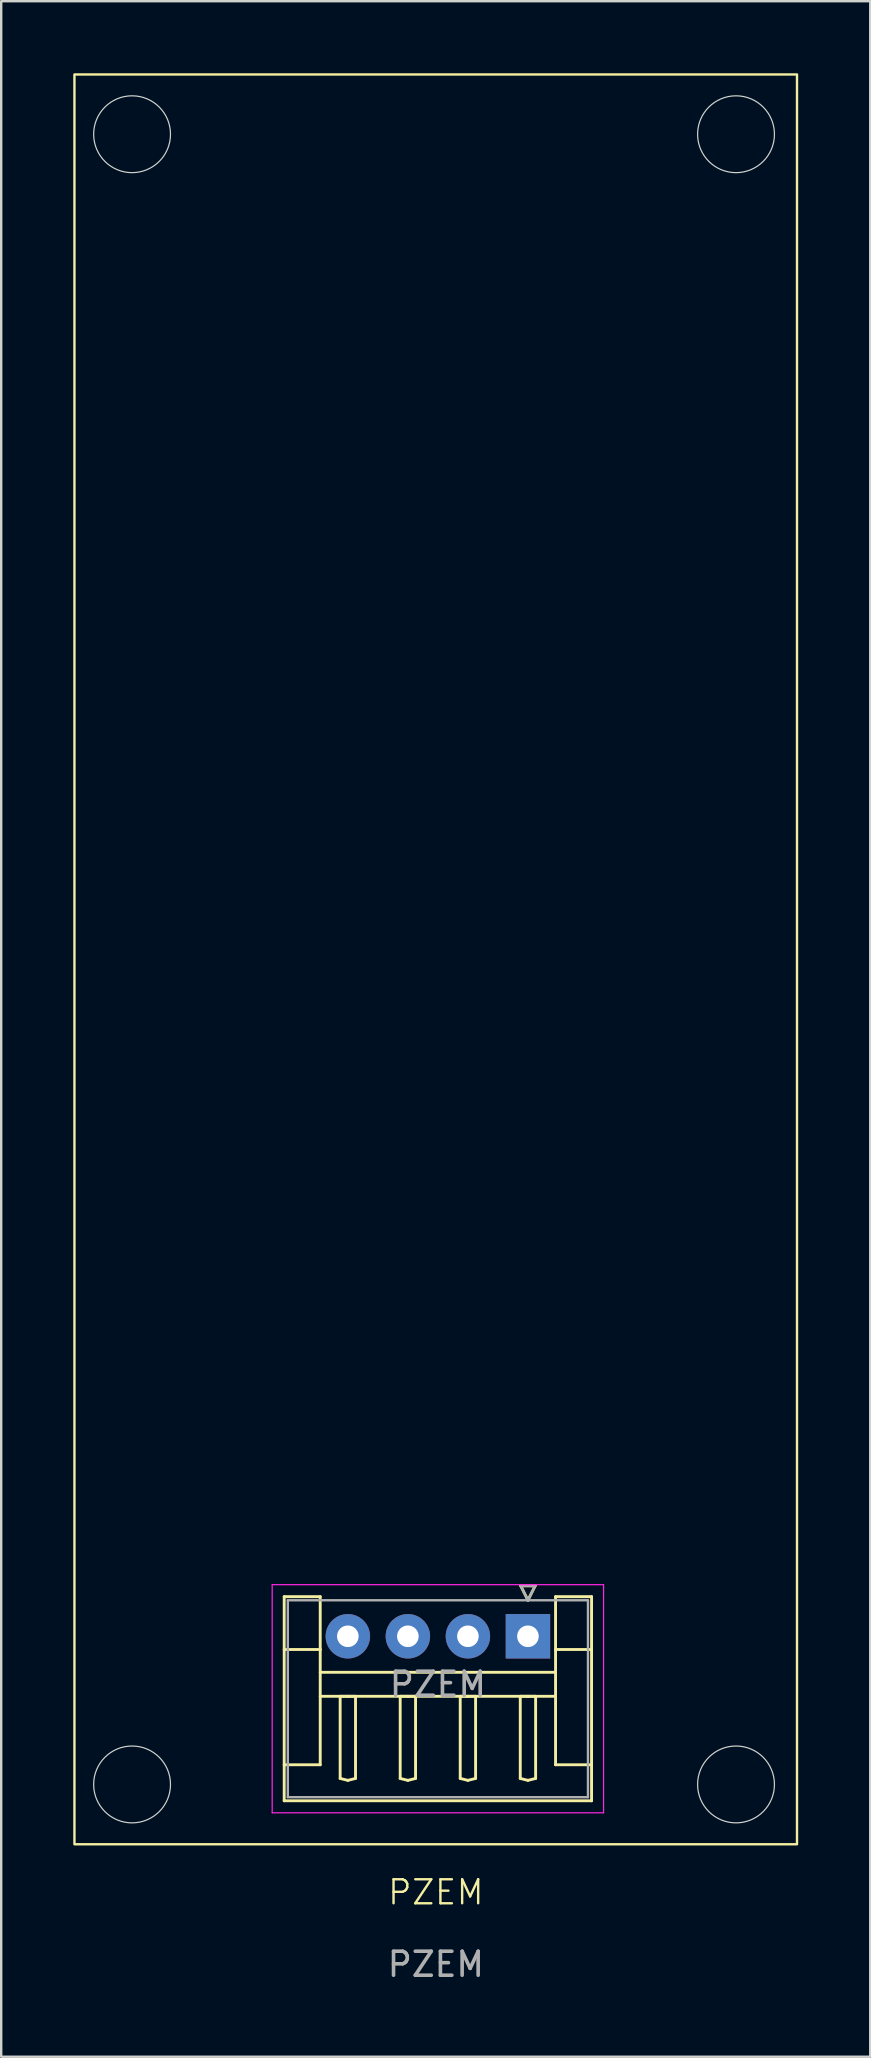
<source format=kicad_pcb>
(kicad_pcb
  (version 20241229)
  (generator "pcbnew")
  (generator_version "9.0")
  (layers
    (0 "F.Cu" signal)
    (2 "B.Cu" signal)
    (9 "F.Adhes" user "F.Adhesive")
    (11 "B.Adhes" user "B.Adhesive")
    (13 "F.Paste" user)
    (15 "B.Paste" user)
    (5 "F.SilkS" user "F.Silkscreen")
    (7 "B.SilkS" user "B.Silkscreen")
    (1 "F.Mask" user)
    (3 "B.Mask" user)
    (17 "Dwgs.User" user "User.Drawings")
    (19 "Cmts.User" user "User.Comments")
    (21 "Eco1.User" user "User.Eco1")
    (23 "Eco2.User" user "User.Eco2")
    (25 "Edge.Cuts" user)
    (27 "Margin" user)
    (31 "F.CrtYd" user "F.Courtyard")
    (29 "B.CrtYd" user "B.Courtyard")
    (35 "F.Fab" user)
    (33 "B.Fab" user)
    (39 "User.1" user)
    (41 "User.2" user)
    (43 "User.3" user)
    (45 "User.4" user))
  (footprint "PZEM"
    (layer "F.Cu")
    (at 15.1 76.25)
    (property "Reference" "PZEM" (at 0 -0.5 0) (unlocked yes) (layer "F.SilkS") (effects (font (size 1 1) (thickness 0.1))))
    (attr smd)
    (fp_line (start -6.315 -12.81) (end -4.815 -12.81) (stroke (width 0.12) (type solid)) (layer "F.SilkS"))
    (fp_line (start -6.315 -5.81) (end -4.815 -5.81) (stroke (width 0.12) (type solid)) (layer "F.SilkS"))
    (fp_line (start -6.315 -4.31) (end -6.315 -12.81) (stroke (width 0.12) (type solid)) (layer "F.SilkS"))
    (fp_line (start -4.815 -12.81) (end -4.815 -10.61) (stroke (width 0.12) (type solid)) (layer "F.SilkS"))
    (fp_line (start -4.815 -10.61) (end -6.315 -10.61) (stroke (width 0.12) (type solid)) (layer "F.SilkS"))
    (fp_line (start -4.815 -5.81) (end -4.815 -10.61) (stroke (width 0.12) (type solid)) (layer "F.SilkS"))
    (fp_line (start -3.985 -8.66) (end -3.665 -8.66) (stroke (width 0.12) (type solid)) (layer "F.SilkS"))
    (fp_line (start -3.985 -5.24) (end -3.985 -8.66) (stroke (width 0.12) (type solid)) (layer "F.SilkS"))
    (fp_line (start -3.665 -8.66) (end -3.345 -8.66) (stroke (width 0.12) (type solid)) (layer "F.SilkS"))
    (fp_line (start -3.665 -5.16) (end -3.985 -5.24) (stroke (width 0.12) (type solid)) (layer "F.SilkS"))
    (fp_line (start -3.345 -8.66) (end -3.345 -5.24) (stroke (width 0.12) (type solid)) (layer "F.SilkS"))
    (fp_line (start -3.345 -5.24) (end -3.665 -5.16) (stroke (width 0.12) (type solid)) (layer "F.SilkS"))
    (fp_line (start -1.485 -8.66) (end -1.165 -8.66) (stroke (width 0.12) (type solid)) (layer "F.SilkS"))
    (fp_line (start -1.485 -5.24) (end -1.485 -8.66) (stroke (width 0.12) (type solid)) (layer "F.SilkS"))
    (fp_line (start -1.165 -8.66) (end -0.845 -8.66) (stroke (width 0.12) (type solid)) (layer "F.SilkS"))
    (fp_line (start -1.165 -5.16) (end -1.485 -5.24) (stroke (width 0.12) (type solid)) (layer "F.SilkS"))
    (fp_line (start -0.845 -8.66) (end -0.845 -5.24) (stroke (width 0.12) (type solid)) (layer "F.SilkS"))
    (fp_line (start -0.845 -5.24) (end -1.165 -5.16) (stroke (width 0.12) (type solid)) (layer "F.SilkS"))
    (fp_line (start 1.015 -8.66) (end 1.335 -8.66) (stroke (width 0.12) (type solid)) (layer "F.SilkS"))
    (fp_line (start 1.015 -5.24) (end 1.015 -8.66) (stroke (width 0.12) (type solid)) (layer "F.SilkS"))
    (fp_line (start 1.335 -8.66) (end 1.655 -8.66) (stroke (width 0.12) (type solid)) (layer "F.SilkS"))
    (fp_line (start 1.335 -5.16) (end 1.015 -5.24) (stroke (width 0.12) (type solid)) (layer "F.SilkS"))
    (fp_line (start 1.655 -8.66) (end 1.655 -5.24) (stroke (width 0.12) (type solid)) (layer "F.SilkS"))
    (fp_line (start 1.655 -5.24) (end 1.335 -5.16) (stroke (width 0.12) (type solid)) (layer "F.SilkS"))
    (fp_line (start 3.515 -8.66) (end 3.835 -8.66) (stroke (width 0.12) (type solid)) (layer "F.SilkS"))
    (fp_line (start 3.515 -5.24) (end 3.515 -8.66) (stroke (width 0.12) (type solid)) (layer "F.SilkS"))
    (fp_line (start 3.535 -13.26) (end 3.835 -12.66) (stroke (width 0.12) (type solid)) (layer "F.SilkS"))
    (fp_line (start 3.835 -12.66) (end 4.135 -13.26) (stroke (width 0.12) (type solid)) (layer "F.SilkS"))
    (fp_line (start 3.835 -8.66) (end 4.155 -8.66) (stroke (width 0.12) (type solid)) (layer "F.SilkS"))
    (fp_line (start 3.835 -5.16) (end 3.515 -5.24) (stroke (width 0.12) (type solid)) (layer "F.SilkS"))
    (fp_line (start 4.135 -13.26) (end 3.535 -13.26) (stroke (width 0.12) (type solid)) (layer "F.SilkS"))
    (fp_line (start 4.155 -8.66) (end 4.155 -5.24) (stroke (width 0.12) (type solid)) (layer "F.SilkS"))
    (fp_line (start 4.155 -5.24) (end 3.835 -5.16) (stroke (width 0.12) (type solid)) (layer "F.SilkS"))
    (fp_line (start 4.985 -12.81) (end 6.485 -12.81) (stroke (width 0.12) (type solid)) (layer "F.SilkS"))
    (fp_line (start 4.985 -10.61) (end 4.985 -12.81) (stroke (width 0.12) (type solid)) (layer "F.SilkS"))
    (fp_line (start 4.985 -10.61) (end 6.485 -10.61) (stroke (width 0.12) (type solid)) (layer "F.SilkS"))
    (fp_line (start 4.985 -9.66) (end -4.815 -9.66) (stroke (width 0.12) (type solid)) (layer "F.SilkS"))
    (fp_line (start 4.985 -8.66) (end -4.815 -8.66) (stroke (width 0.12) (type solid)) (layer "F.SilkS"))
    (fp_line (start 4.985 -5.81) (end 4.985 -10.61) (stroke (width 0.12) (type solid)) (layer "F.SilkS"))
    (fp_line (start 6.485 -12.81) (end 6.485 -4.31) (stroke (width 0.12) (type solid)) (layer "F.SilkS"))
    (fp_line (start 6.485 -5.81) (end 4.985 -5.81) (stroke (width 0.12) (type solid)) (layer "F.SilkS"))
    (fp_line (start 6.485 -4.31) (end -6.315 -4.31) (stroke (width 0.12) (type solid)) (layer "F.SilkS"))
    (fp_rect (start -15.05 -76.2) (end 15.04 -2.5) (stroke (width 0.1) (type default)) (fill no) (layer "F.SilkS"))
    (fp_circle (center -12.65 -73.71) (end -11.05 -73.71) (stroke (width 0.05) (type default)) (fill no) (layer "Edge.Cuts"))
    (fp_circle (center -12.65 -4.99) (end -11.05 -4.99) (stroke (width 0.05) (type default)) (fill no) (layer "Edge.Cuts"))
    (fp_circle (center 12.5 -73.71) (end 14.1 -73.71) (stroke (width 0.05) (type default)) (fill no) (layer "Edge.Cuts"))
    (fp_circle (center 12.5 -4.99) (end 14.1 -4.99) (stroke (width 0.05) (type default)) (fill no) (layer "Edge.Cuts"))
    (fp_line (start -6.815 -13.31) (end -6.815 -3.81) (stroke (width 0.05) (type solid)) (layer "F.CrtYd"))
    (fp_line (start -6.815 -3.81) (end 6.985 -3.81) (stroke (width 0.05) (type solid)) (layer "F.CrtYd"))
    (fp_line (start 6.985 -13.31) (end -6.815 -13.31) (stroke (width 0.05) (type solid)) (layer "F.CrtYd"))
    (fp_line (start 6.985 -3.81) (end 6.985 -13.31) (stroke (width 0.05) (type solid)) (layer "F.CrtYd"))
    (fp_line (start -6.165 -12.66) (end -6.165 -4.46) (stroke (width 0.1) (type solid)) (layer "F.Fab"))
    (fp_line (start -6.165 -4.46) (end 6.335 -4.46) (stroke (width 0.1) (type solid)) (layer "F.Fab"))
    (fp_line (start 3.535 -13.26) (end 3.835 -12.66) (stroke (width 0.1) (type solid)) (layer "F.Fab"))
    (fp_line (start 3.835 -12.66) (end 4.135 -13.26) (stroke (width 0.1) (type solid)) (layer "F.Fab"))
    (fp_line (start 4.135 -13.26) (end 3.535 -13.26) (stroke (width 0.1) (type solid)) (layer "F.Fab"))
    (fp_line (start 6.335 -12.66) (end -6.165 -12.66) (stroke (width 0.1) (type solid)) (layer "F.Fab"))
    (fp_line (start 6.335 -4.46) (end 6.335 -12.66) (stroke (width 0.1) (type solid)) (layer "F.Fab"))
    (fp_text user "${REFERENCE}" (at 0 2.5 0) (unlocked yes) (layer "F.Fab") (effects (font (size 1 1) (thickness 0.15))))
    (fp_text user "${REFERENCE}" (at 0.085 -9.16 180) (layer "F.Fab") (effects (font (size 1 1) (thickness 0.15))))
    (pad "1" thru_hole rect (at 3.835 -11.16 180) (size 1.85 1.85) (drill 0.9) (layers "*.Cu" "*.Mask"))
    (pad "2" thru_hole circle (at 1.335 -11.16 180) (size 1.85 1.85) (drill 0.9) (layers "*.Cu" "*.Mask"))
    (pad "3" thru_hole circle (at -1.165 -11.16 180) (size 1.85 1.85) (drill 0.9) (layers "*.Cu" "*.Mask"))
    (pad "4" thru_hole circle (at -3.665 -11.16 180) (size 1.85 1.85) (drill 0.9) (layers "*.Cu" "*.Mask")))
  (gr_rect
    (start -3 -3)
    (end 33.19 82.598)
    (stroke (width 0.1) (type default))
    (fill no)
    (layer "Edge.Cuts")))
</source>
